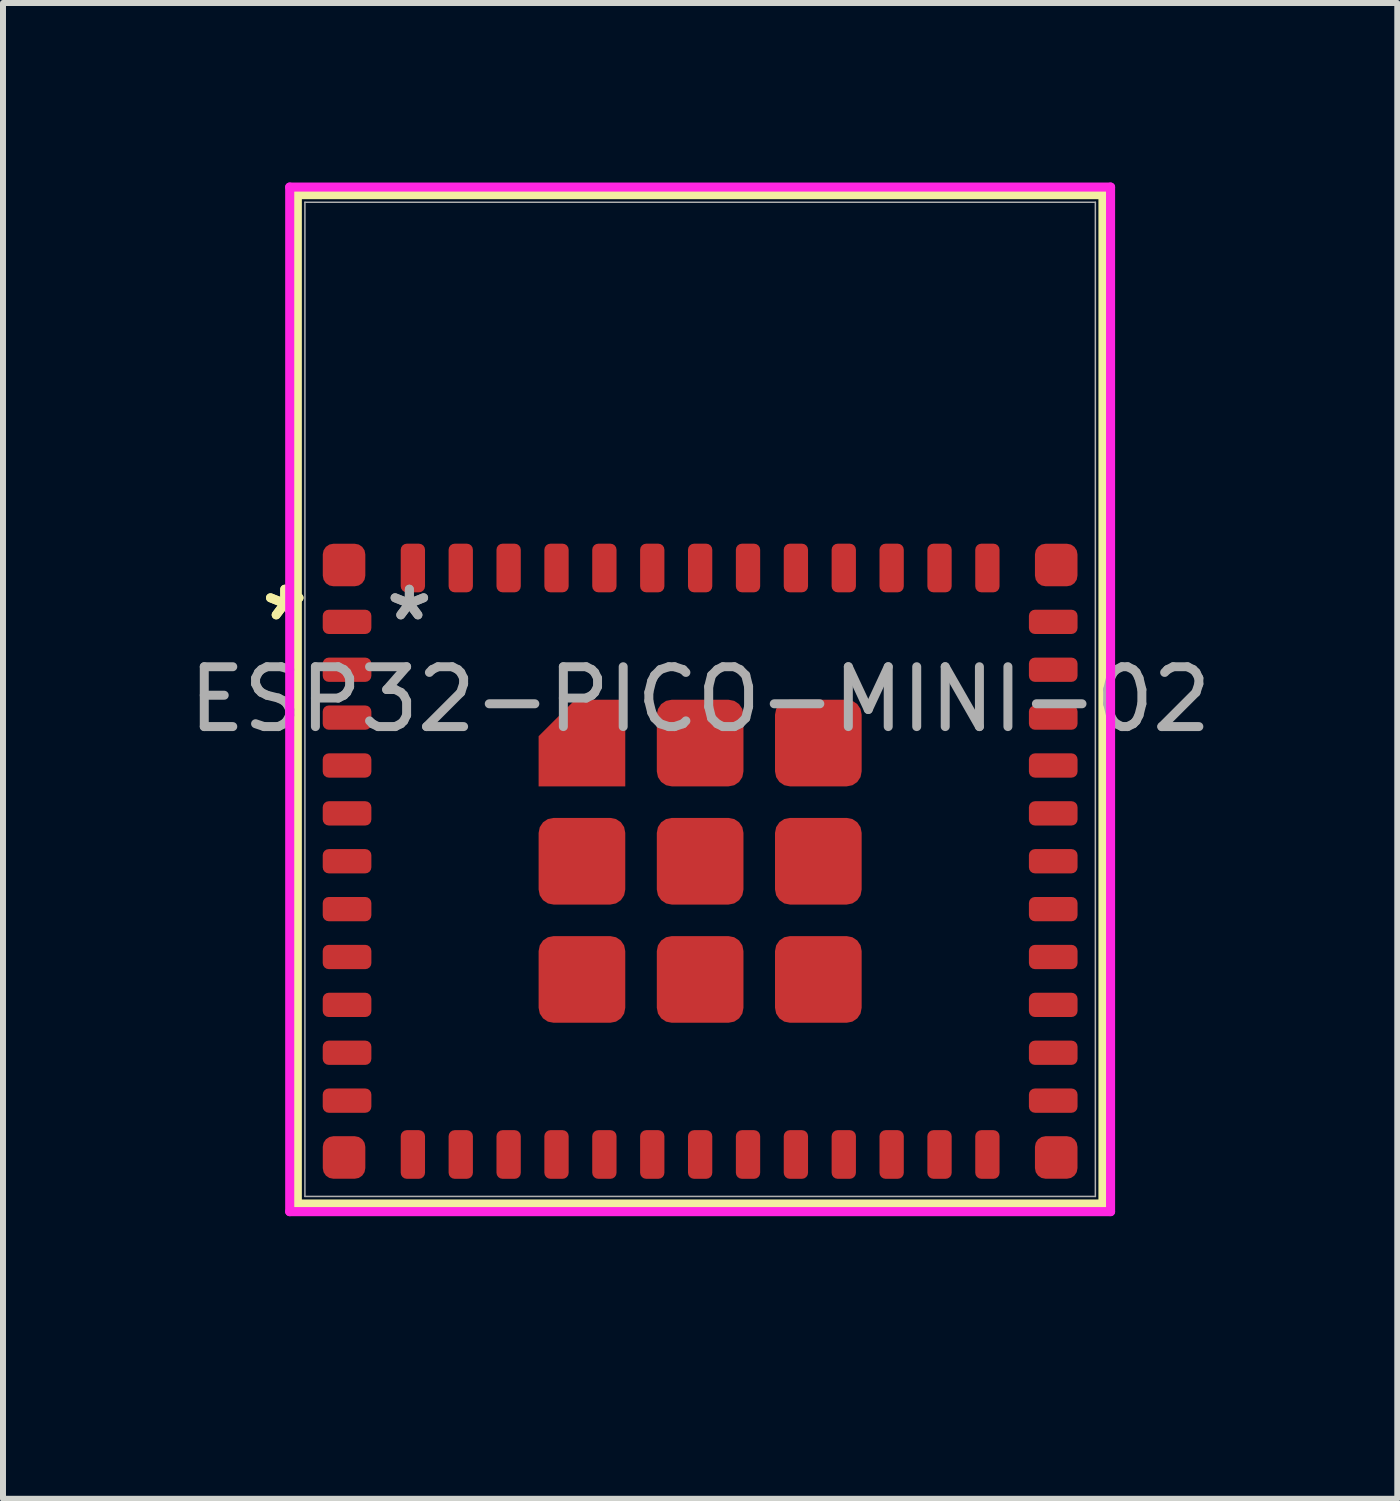
<source format=kicad_pcb>
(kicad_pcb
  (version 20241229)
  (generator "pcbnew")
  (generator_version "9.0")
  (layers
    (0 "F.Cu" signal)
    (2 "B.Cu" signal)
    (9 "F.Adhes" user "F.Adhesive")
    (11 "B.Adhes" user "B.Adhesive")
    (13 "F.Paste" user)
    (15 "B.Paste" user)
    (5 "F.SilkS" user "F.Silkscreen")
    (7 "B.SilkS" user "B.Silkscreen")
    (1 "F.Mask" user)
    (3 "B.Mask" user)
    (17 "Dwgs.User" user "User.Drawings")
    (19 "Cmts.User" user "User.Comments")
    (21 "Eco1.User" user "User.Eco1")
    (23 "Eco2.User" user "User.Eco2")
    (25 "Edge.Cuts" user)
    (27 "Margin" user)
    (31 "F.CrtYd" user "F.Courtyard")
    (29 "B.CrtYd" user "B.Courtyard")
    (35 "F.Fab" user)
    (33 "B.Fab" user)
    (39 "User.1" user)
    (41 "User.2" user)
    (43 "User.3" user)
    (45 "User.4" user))
  (footprint "ESP32-PICO-MINI-02"
    (layer "F.Cu")
    (at 8.649 8.636)
    (property "Reference" "ESP32-PICO-MINI-02" (at 0 9.51 0) (unlocked yes) (layer "User.2") (effects (font (size 1 1) (thickness 0.15))))
    (attr smd)
    (fp_poly (pts (xy -1.251 0.006) (xy -2.089 0.006) (xy -2.699 0.616) (xy -2.699 1.454) (xy -1.251 1.454)) (stroke (width 0) (type solid)) (fill yes) (layer "F.Cu"))
    (fp_poly (pts (xy -1.251 0.006) (xy -2.089 0.006) (xy -2.699 0.616) (xy -2.699 1.454) (xy -1.251 1.454)) (stroke (width 0) (type solid)) (fill yes) (layer "F.Mask"))
    (fp_line (start -6.731 -8.433) (end 6.731 -8.433) (stroke (width 0.152) (type solid)) (layer "F.SilkS"))
    (fp_line (start -6.731 8.433) (end -6.731 -8.433) (stroke (width 0.152) (type solid)) (layer "F.SilkS"))
    (fp_line (start 6.731 -8.433) (end 6.731 8.433) (stroke (width 0.152) (type solid)) (layer "F.SilkS"))
    (fp_line (start 6.731 8.433) (end -6.731 8.433) (stroke (width 0.152) (type solid)) (layer "F.SilkS"))
    (fp_poly (pts (xy -1.251 0.006) (xy -2.089 0.006) (xy -2.699 0.616) (xy -2.699 1.454) (xy -1.251 1.454)) (stroke (width 0) (type solid)) (fill yes) (layer "F.Paste"))
    (fp_poly (pts (xy -6.604 -2.896) (xy 6.604 -2.896) (xy 6.604 -8.306) (xy -6.604 -8.306)) (stroke (width 0.1) (type solid)) (fill no) (layer "Eco2.User"))
    (fp_line (start -6.858 -8.56) (end -6.858 8.56) (stroke (width 0.152) (type solid)) (layer "F.CrtYd"))
    (fp_line (start -6.858 8.56) (end 6.858 8.56) (stroke (width 0.152) (type solid)) (layer "F.CrtYd"))
    (fp_line (start 6.858 -8.56) (end -6.858 -8.56) (stroke (width 0.152) (type solid)) (layer "F.CrtYd"))
    (fp_line (start 6.858 8.56) (end 6.858 -8.56) (stroke (width 0.152) (type solid)) (layer "F.CrtYd"))
    (fp_line (start -6.604 -8.306) (end -6.604 8.306) (stroke (width 0.025) (type solid)) (layer "F.Fab"))
    (fp_line (start -6.604 8.306) (end 6.604 8.306) (stroke (width 0.025) (type solid)) (layer "F.Fab"))
    (fp_line (start 6.604 -8.306) (end -6.604 -8.306) (stroke (width 0.025) (type solid)) (layer "F.Fab"))
    (fp_line (start 6.604 8.306) (end 6.604 -8.306) (stroke (width 0.025) (type solid)) (layer "F.Fab"))
    (fp_text user "*" (at -6.941 -1.295 0) (unlocked yes) (layer "F.SilkS") (effects (font (size 1 1) (thickness 0.15))))
    (fp_text user "*" (at -6.941 -1.295 0) (layer "F.SilkS") (effects (font (size 1 1) (thickness 0.15))))
    (fp_text user "*" (at -4.859 -1.295 0) (layer "F.Fab") (effects (font (size 1 1) (thickness 0.15))))
    (fp_text user "${REFERENCE}" (at 0 0 0) (unlocked yes) (layer "F.Fab") (effects (font (size 1 1) (thickness 0.15))))
    (fp_text user "*" (at -4.859 -1.295 0) (unlocked yes) (layer "F.Fab") (effects (font (size 1 1) (thickness 0.15))))
    (pad "1" smd roundrect (at -5.9 -1.295) (size 0.813 0.406) (layers "F.Cu" "F.Mask" "F.Paste") (roundrect_rratio 0.25))
    (pad "2" smd roundrect (at -5.9 -0.495) (size 0.813 0.406) (layers "F.Cu" "F.Mask" "F.Paste") (roundrect_rratio 0.25))
    (pad "3" smd roundrect (at -5.9 0.305) (size 0.813 0.406) (layers "F.Cu" "F.Mask" "F.Paste") (roundrect_rratio 0.25))
    (pad "4" smd roundrect (at -5.9 1.105) (size 0.813 0.406) (layers "F.Cu" "F.Mask" "F.Paste") (roundrect_rratio 0.25))
    (pad "5" smd roundrect (at -5.9 1.905) (size 0.813 0.406) (layers "F.Cu" "F.Mask" "F.Paste") (roundrect_rratio 0.25))
    (pad "6" smd roundrect (at -5.9 2.705) (size 0.813 0.406) (layers "F.Cu" "F.Mask" "F.Paste") (roundrect_rratio 0.25))
    (pad "7" smd roundrect (at -5.9 3.505) (size 0.813 0.406) (layers "F.Cu" "F.Mask" "F.Paste") (roundrect_rratio 0.25))
    (pad "8" smd roundrect (at -5.9 4.305) (size 0.813 0.406) (layers "F.Cu" "F.Mask" "F.Paste") (roundrect_rratio 0.25))
    (pad "9" smd roundrect (at -5.9 5.105) (size 0.813 0.406) (layers "F.Cu" "F.Mask" "F.Paste") (roundrect_rratio 0.25))
    (pad "10" smd roundrect (at -5.9 5.905) (size 0.813 0.406) (layers "F.Cu" "F.Mask" "F.Paste") (roundrect_rratio 0.25))
    (pad "11" smd roundrect (at -5.9 6.705) (size 0.813 0.406) (layers "F.Cu" "F.Mask" "F.Paste") (roundrect_rratio 0.25))
    (pad "12" smd roundrect (at -4.8 7.605 90) (size 0.813 0.406) (layers "F.Cu" "F.Mask" "F.Paste") (roundrect_rratio 0.25))
    (pad "13" smd roundrect (at -4 7.605 90) (size 0.813 0.406) (layers "F.Cu" "F.Mask" "F.Paste") (roundrect_rratio 0.25))
    (pad "14" smd roundrect (at -3.2 7.605 90) (size 0.813 0.406) (layers "F.Cu" "F.Mask" "F.Paste") (roundrect_rratio 0.25))
    (pad "15" smd roundrect (at -2.4 7.605 90) (size 0.813 0.406) (layers "F.Cu" "F.Mask" "F.Paste") (roundrect_rratio 0.25))
    (pad "16" smd roundrect (at -1.6 7.605 90) (size 0.813 0.406) (layers "F.Cu" "F.Mask" "F.Paste") (roundrect_rratio 0.25))
    (pad "17" smd roundrect (at -0.8 7.605 90) (size 0.813 0.406) (layers "F.Cu" "F.Mask" "F.Paste") (roundrect_rratio 0.25))
    (pad "18" smd roundrect (at 0 7.605 90) (size 0.813 0.406) (layers "F.Cu" "F.Mask" "F.Paste") (roundrect_rratio 0.25))
    (pad "19" smd roundrect (at 0.8 7.605 90) (size 0.813 0.406) (layers "F.Cu" "F.Mask" "F.Paste") (roundrect_rratio 0.25))
    (pad "20" smd roundrect (at 1.6 7.605 90) (size 0.813 0.406) (layers "F.Cu" "F.Mask" "F.Paste") (roundrect_rratio 0.25))
    (pad "21" smd roundrect (at 2.4 7.605 90) (size 0.813 0.406) (layers "F.Cu" "F.Mask" "F.Paste") (roundrect_rratio 0.25))
    (pad "22" smd roundrect (at 3.2 7.605 90) (size 0.813 0.406) (layers "F.Cu" "F.Mask" "F.Paste") (roundrect_rratio 0.25))
    (pad "23" smd roundrect (at 4 7.605 90) (size 0.813 0.406) (layers "F.Cu" "F.Mask" "F.Paste") (roundrect_rratio 0.25))
    (pad "24" smd roundrect (at 4.8 7.605 90) (size 0.813 0.406) (layers "F.Cu" "F.Mask" "F.Paste") (roundrect_rratio 0.25))
    (pad "25" smd roundrect (at 5.9 6.705 180) (size 0.813 0.406) (layers "F.Cu" "F.Mask" "F.Paste") (roundrect_rratio 0.25))
    (pad "26" smd roundrect (at 5.9 5.905 180) (size 0.813 0.406) (layers "F.Cu" "F.Mask" "F.Paste") (roundrect_rratio 0.25))
    (pad "27" smd roundrect (at 5.9 5.105 180) (size 0.813 0.406) (layers "F.Cu" "F.Mask" "F.Paste") (roundrect_rratio 0.25))
    (pad "28" smd roundrect (at 5.9 4.305 180) (size 0.813 0.406) (layers "F.Cu" "F.Mask" "F.Paste") (roundrect_rratio 0.25))
    (pad "29" smd roundrect (at 5.9 3.505 180) (size 0.813 0.406) (layers "F.Cu" "F.Mask" "F.Paste") (roundrect_rratio 0.25))
    (pad "30" smd roundrect (at 5.9 2.705 180) (size 0.813 0.406) (layers "F.Cu" "F.Mask" "F.Paste") (roundrect_rratio 0.25))
    (pad "31" smd roundrect (at 5.9 1.905 180) (size 0.813 0.406) (layers "F.Cu" "F.Mask" "F.Paste") (roundrect_rratio 0.25))
    (pad "32" smd roundrect (at 5.9 1.105 180) (size 0.813 0.406) (layers "F.Cu" "F.Mask" "F.Paste") (roundrect_rratio 0.25))
    (pad "33" smd roundrect (at 5.9 0.305 180) (size 0.813 0.406) (layers "F.Cu" "F.Mask" "F.Paste") (roundrect_rratio 0.25))
    (pad "34" smd roundrect (at 5.9 -0.495 180) (size 0.813 0.406) (layers "F.Cu" "F.Mask" "F.Paste") (roundrect_rratio 0.25))
    (pad "35" smd roundrect (at 5.9 -1.295 180) (size 0.813 0.406) (layers "F.Cu" "F.Mask" "F.Paste") (roundrect_rratio 0.25))
    (pad "36" smd roundrect (at -4.8 -2.195 270) (size 0.813 0.406) (layers "F.Cu" "F.Mask" "F.Paste") (roundrect_rratio 0.25))
    (pad "36" smd roundrect (at -4 -2.195 270) (size 0.813 0.406) (layers "F.Cu" "F.Mask" "F.Paste") (roundrect_rratio 0.25))
    (pad "36" smd roundrect (at -3.2 -2.195 270) (size 0.813 0.406) (layers "F.Cu" "F.Mask" "F.Paste") (roundrect_rratio 0.25))
    (pad "36" smd roundrect (at -2.4 -2.195 270) (size 0.813 0.406) (layers "F.Cu" "F.Mask" "F.Paste") (roundrect_rratio 0.25))
    (pad "36" smd roundrect (at -1.6 -2.195 270) (size 0.813 0.406) (layers "F.Cu" "F.Mask" "F.Paste") (roundrect_rratio 0.25))
    (pad "36" smd roundrect (at -0.8 -2.195 270) (size 0.813 0.406) (layers "F.Cu" "F.Mask" "F.Paste") (roundrect_rratio 0.25))
    (pad "36" smd roundrect (at 0 -2.195 270) (size 0.813 0.406) (layers "F.Cu" "F.Mask" "F.Paste") (roundrect_rratio 0.25))
    (pad "36" smd roundrect (at 0.8 -2.195 270) (size 0.813 0.406) (layers "F.Cu" "F.Mask" "F.Paste") (roundrect_rratio 0.25))
    (pad "36" smd roundrect (at 1.6 -2.195 270) (size 0.813 0.406) (layers "F.Cu" "F.Mask" "F.Paste") (roundrect_rratio 0.25))
    (pad "36" smd roundrect (at 2.4 -2.195 270) (size 0.813 0.406) (layers "F.Cu" "F.Mask" "F.Paste") (roundrect_rratio 0.25))
    (pad "36" smd roundrect (at 3.2 -2.195 270) (size 0.813 0.406) (layers "F.Cu" "F.Mask" "F.Paste") (roundrect_rratio 0.25))
    (pad "36" smd roundrect (at 4 -2.195 270) (size 0.813 0.406) (layers "F.Cu" "F.Mask" "F.Paste") (roundrect_rratio 0.25))
    (pad "36" smd roundrect (at 4.8 -2.195 270) (size 0.813 0.406) (layers "F.Cu" "F.Mask" "F.Paste") (roundrect_rratio 0.25))
    (pad "37" smd roundrect (at -5.95 -2.245) (size 0.711 0.711) (layers "F.Cu" "F.Mask" "F.Paste") (roundrect_rratio 0.25))
    (pad "37" smd roundrect (at -5.95 7.655) (size 0.711 0.711) (layers "F.Cu" "F.Mask" "F.Paste") (roundrect_rratio 0.25))
    (pad "37" smd roundrect (at 5.95 -2.245) (size 0.711 0.711) (layers "F.Cu" "F.Mask" "F.Paste") (roundrect_rratio 0.25))
    (pad "37" smd roundrect (at 5.95 7.655) (size 0.711 0.711) (layers "F.Cu" "F.Mask" "F.Paste") (roundrect_rratio 0.25))
    (pad "38" smd roundrect (at -1.975 2.705) (size 1.448 1.448) (layers "F.Cu" "F.Mask" "F.Paste") (roundrect_rratio 0.173))
    (pad "38" smd roundrect (at -1.975 4.68) (size 1.448 1.448) (layers "F.Cu" "F.Mask" "F.Paste") (roundrect_rratio 0.173))
    (pad "38" smd roundrect (at 0 0.73) (size 1.448 1.448) (layers "F.Cu" "F.Mask" "F.Paste") (roundrect_rratio 0.173))
    (pad "38" smd roundrect (at 0 2.705) (size 1.448 1.448) (layers "F.Cu" "F.Mask" "F.Paste") (roundrect_rratio 0.173))
    (pad "38" smd roundrect (at 0 4.68) (size 1.448 1.448) (layers "F.Cu" "F.Mask" "F.Paste") (roundrect_rratio 0.173))
    (pad "38" smd roundrect (at 1.975 0.73) (size 1.448 1.448) (layers "F.Cu" "F.Mask" "F.Paste") (roundrect_rratio 0.173))
    (pad "38" smd roundrect (at 1.975 2.705) (size 1.448 1.448) (layers "F.Cu" "F.Mask" "F.Paste") (roundrect_rratio 0.173))
    (pad "38" smd roundrect (at 1.975 4.68) (size 1.448 1.448) (layers "F.Cu" "F.Mask" "F.Paste") (roundrect_rratio 0.173))
    (pad "54" smd rect (at -1.975 0.73) (size 0.127 0.127) (layers "F.Cu" "F.Mask" "F.Paste")))
  (gr_rect
    (start -3 -3)
    (end 20.298 21.994)
    (stroke (width 0.1) (type default))
    (fill no)
    (layer "Edge.Cuts")))
</source>
